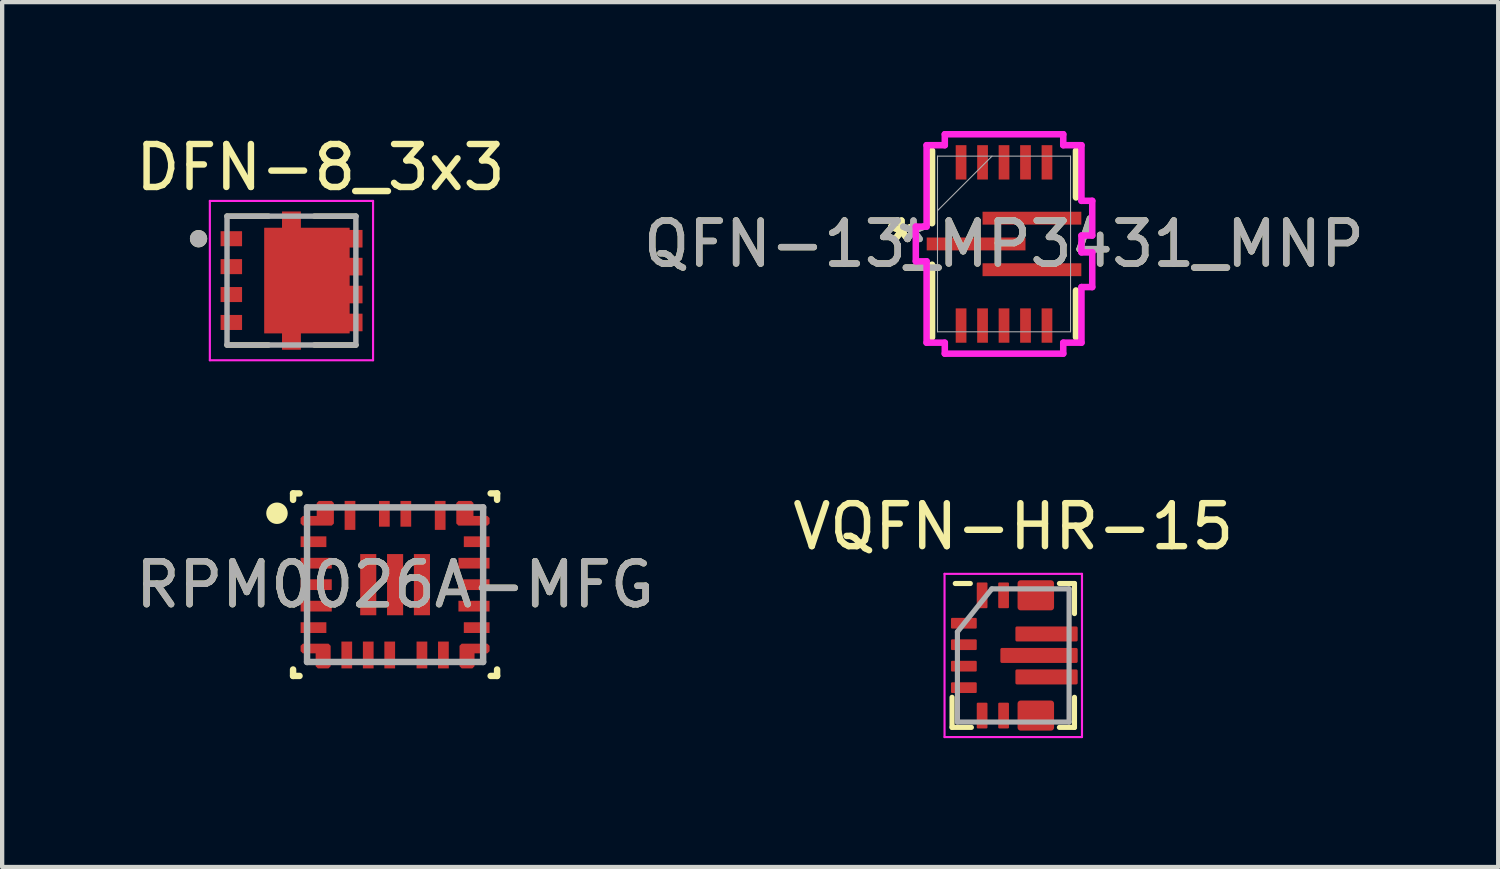
<source format=kicad_pcb>
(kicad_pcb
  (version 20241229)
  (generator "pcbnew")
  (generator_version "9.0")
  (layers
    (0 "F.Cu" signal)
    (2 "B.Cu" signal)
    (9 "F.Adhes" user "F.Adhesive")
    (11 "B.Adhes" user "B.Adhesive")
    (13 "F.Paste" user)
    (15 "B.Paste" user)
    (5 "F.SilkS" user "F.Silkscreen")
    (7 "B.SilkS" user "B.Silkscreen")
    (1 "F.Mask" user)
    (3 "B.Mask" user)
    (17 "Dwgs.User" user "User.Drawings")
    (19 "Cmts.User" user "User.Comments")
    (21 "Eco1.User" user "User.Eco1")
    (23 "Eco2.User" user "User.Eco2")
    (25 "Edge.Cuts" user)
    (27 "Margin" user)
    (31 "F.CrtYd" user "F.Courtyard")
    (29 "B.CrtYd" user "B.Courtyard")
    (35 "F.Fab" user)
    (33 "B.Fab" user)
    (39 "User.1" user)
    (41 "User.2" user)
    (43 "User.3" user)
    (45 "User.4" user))
  (footprint "QFN-13_MP3431_MNP"
    (layer "F.Cu")
    (at 20.327 2.63)
    (property "Reference" "QFN-13_MP3431_MNP" (at 0 0 0) (unlocked yes) (layer "F.SilkS") (effects (font (size 1 1) (thickness 0.15))))
    (attr smd)
    (fp_line (start -1.676 -0.483) (end -1.676 -2.172) (stroke (width 0.152) (type solid)) (layer "F.SilkS"))
    (fp_line (start -1.676 2.172) (end -1.676 0.483) (stroke (width 0.152) (type solid)) (layer "F.SilkS"))
    (fp_line (start 1.676 -2.172) (end 1.676 -1.083) (stroke (width 0.152) (type solid)) (layer "F.SilkS"))
    (fp_line (start 1.676 1.083) (end 1.676 2.172) (stroke (width 0.152) (type solid)) (layer "F.SilkS"))
    (fp_line (start -2.054 -0.404) (end -2.054 0.404) (stroke (width 0.152) (type solid)) (layer "F.CrtYd"))
    (fp_line (start -2.054 0.404) (end -1.803 0.404) (stroke (width 0.152) (type solid)) (layer "F.CrtYd"))
    (fp_line (start -1.803 -2.299) (end -1.803 -0.404) (stroke (width 0.152) (type solid)) (layer "F.CrtYd"))
    (fp_line (start -1.803 -0.404) (end -2.054 -0.404) (stroke (width 0.152) (type solid)) (layer "F.CrtYd"))
    (fp_line (start -1.803 0.404) (end -1.803 2.299) (stroke (width 0.152) (type solid)) (layer "F.CrtYd"))
    (fp_line (start -1.803 2.299) (end -1.379 2.299) (stroke (width 0.152) (type solid)) (layer "F.CrtYd"))
    (fp_line (start -1.379 -2.554) (end -1.379 -2.299) (stroke (width 0.152) (type solid)) (layer "F.CrtYd"))
    (fp_line (start -1.379 -2.299) (end -1.803 -2.299) (stroke (width 0.152) (type solid)) (layer "F.CrtYd"))
    (fp_line (start -1.379 2.299) (end -1.379 2.554) (stroke (width 0.152) (type solid)) (layer "F.CrtYd"))
    (fp_line (start -1.379 2.554) (end 1.379 2.554) (stroke (width 0.152) (type solid)) (layer "F.CrtYd"))
    (fp_line (start 1.379 -2.554) (end -1.379 -2.554) (stroke (width 0.152) (type solid)) (layer "F.CrtYd"))
    (fp_line (start 1.379 -2.299) (end 1.379 -2.554) (stroke (width 0.152) (type solid)) (layer "F.CrtYd"))
    (fp_line (start 1.379 2.299) (end 1.803 2.299) (stroke (width 0.152) (type solid)) (layer "F.CrtYd"))
    (fp_line (start 1.379 2.554) (end 1.379 2.299) (stroke (width 0.152) (type solid)) (layer "F.CrtYd"))
    (fp_line (start 1.803 -2.299) (end 1.379 -2.299) (stroke (width 0.152) (type solid)) (layer "F.CrtYd"))
    (fp_line (start 1.803 -1.004) (end 1.803 -2.299) (stroke (width 0.152) (type solid)) (layer "F.CrtYd"))
    (fp_line (start 1.803 -0.196) (end 2.054 -0.196) (stroke (width 0.152) (type solid)) (layer "F.CrtYd"))
    (fp_line (start 1.803 0.196) (end 1.803 -0.196) (stroke (width 0.152) (type solid)) (layer "F.CrtYd"))
    (fp_line (start 1.803 1.004) (end 2.054 1.004) (stroke (width 0.152) (type solid)) (layer "F.CrtYd"))
    (fp_line (start 1.803 2.299) (end 1.803 1.004) (stroke (width 0.152) (type solid)) (layer "F.CrtYd"))
    (fp_line (start 2.054 -1.004) (end 1.803 -1.004) (stroke (width 0.152) (type solid)) (layer "F.CrtYd"))
    (fp_line (start 2.054 -0.196) (end 2.054 -1.004) (stroke (width 0.152) (type solid)) (layer "F.CrtYd"))
    (fp_line (start 2.054 0.196) (end 1.803 0.196) (stroke (width 0.152) (type solid)) (layer "F.CrtYd"))
    (fp_line (start 2.054 1.004) (end 2.054 0.196) (stroke (width 0.152) (type solid)) (layer "F.CrtYd"))
    (fp_line (start -1.549 -2.045) (end -1.549 2.045) (stroke (width 0.025) (type solid)) (layer "F.Fab"))
    (fp_line (start -1.549 -0.775) (end -0.279 -2.045) (stroke (width 0.025) (type solid)) (layer "F.Fab"))
    (fp_line (start -1.549 2.045) (end 1.549 2.045) (stroke (width 0.025) (type solid)) (layer "F.Fab"))
    (fp_line (start 1.549 -2.045) (end -1.549 -2.045) (stroke (width 0.025) (type solid)) (layer "F.Fab"))
    (fp_line (start 1.549 2.045) (end 1.549 -2.045) (stroke (width 0.025) (type solid)) (layer "F.Fab"))
    (fp_text user "*" (at -2.388 0 0) (layer "F.SilkS") (effects (font (size 1 1) (thickness 0.15))))
    (fp_text user "*" (at -2.388 0 0) (unlocked yes) (layer "F.SilkS") (effects (font (size 1 1) (thickness 0.15))))
    (fp_text user "${REFERENCE}" (at 0 0 0) (unlocked yes) (layer "F.Fab") (effects (font (size 1 1) (thickness 0.15))))
    (fp_text user "*" (at -2.108 0 0) (layer "F.Fab") (effects (font (size 1 1) (thickness 0.15))))
    (fp_text user "*" (at -2.108 0 0) (unlocked yes) (layer "F.Fab") (effects (font (size 1 1) (thickness 0.15))))
    (pad "1" smd rect (at -0.65 0) (size 2.3 0.3) (layers "F.Cu" "F.Mask" "F.Paste"))
    (pad "2" smd rect (at -1 1.9 90) (size 0.8 0.25) (layers "F.Cu" "F.Mask" "F.Paste"))
    (pad "3" smd rect (at -0.5 1.9 90) (size 0.8 0.25) (layers "F.Cu" "F.Mask" "F.Paste"))
    (pad "4" smd rect (at 0 1.9 90) (size 0.8 0.25) (layers "F.Cu" "F.Mask" "F.Paste"))
    (pad "5" smd rect (at 0.5 1.9 90) (size 0.8 0.25) (layers "F.Cu" "F.Mask" "F.Paste"))
    (pad "6" smd rect (at 1 1.9 90) (size 0.8 0.25) (layers "F.Cu" "F.Mask" "F.Paste"))
    (pad "7" smd rect (at 0.65 0.6) (size 2.3 0.3) (layers "F.Cu" "F.Mask" "F.Paste"))
    (pad "8" smd rect (at 0.65 -0.6) (size 2.3 0.3) (layers "F.Cu" "F.Mask" "F.Paste"))
    (pad "9" smd rect (at 1 -1.9 90) (size 0.8 0.25) (layers "F.Cu" "F.Mask" "F.Paste"))
    (pad "10" smd rect (at 0.5 -1.9 90) (size 0.8 0.25) (layers "F.Cu" "F.Mask" "F.Paste"))
    (pad "11" smd rect (at 0 -1.9 90) (size 0.8 0.25) (layers "F.Cu" "F.Mask" "F.Paste"))
    (pad "12" smd rect (at -0.5 -1.9 90) (size 0.8 0.25) (layers "F.Cu" "F.Mask" "F.Paste"))
    (pad "13" smd rect (at -1 -1.9 90) (size 0.8 0.25) (layers "F.Cu" "F.Mask" "F.Paste")))
  (footprint "DFN-8_3x3"
    (layer "F.Cu")
    (at 3.736 3.483)
    (property "Reference" "DFN-8_3x3" (at 0.675 -2.635 0) (layer "F.SilkS") (effects (font (size 1 1) (thickness 0.15))))
    (attr smd)
    (fp_poly (pts (xy -0.725 -1.325) (xy -0.325 -1.325) (xy -0.325 -1.7) (xy 0.3 -1.7) (xy 0.3 -1.325) (xy 1.45 -1.325) (xy 1.45 -1.275) (xy 1.75 -1.275) (xy 1.75 -0.675) (xy 1.45 -0.675) (xy 1.45 -0.625) (xy 1.75 -0.625) (xy 1.75 -0.025) (xy 1.45 -0.025) (xy 1.45 0.025) (xy 1.75 0.025) (xy 1.75 0.625) (xy 1.45 0.625) (xy 1.45 0.675) (xy 1.75 0.675) (xy 1.75 1.25) (xy 1.45 1.25) (xy 1.45 1.325) (xy 0.325 1.325) (xy 0.325 1.7) (xy -0.325 1.7) (xy -0.325 1.325) (xy -0.725 1.325)) (stroke (width 0.01) (type solid)) (fill yes) (layer "F.Mask"))
    (fp_line (start -0.535 -1.5) (end -1.5 -1.5) (stroke (width 0.127) (type solid)) (layer "F.SilkS"))
    (fp_line (start -0.535 1.5) (end -1.5 1.5) (stroke (width 0.127) (type solid)) (layer "F.SilkS"))
    (fp_line (start 0.535 -1.5) (end 1.5 -1.5) (stroke (width 0.127) (type solid)) (layer "F.SilkS"))
    (fp_line (start 0.535 1.5) (end 1.5 1.5) (stroke (width 0.127) (type solid)) (layer "F.SilkS"))
    (fp_circle (center -2.163 -0.975) (end -2.062 -0.975) (stroke (width 0.2) (type solid)) (fill no) (layer "F.SilkS"))
    (fp_poly (pts (xy -0.265 -0.775) (xy 0.985 -0.775) (xy 0.985 0.775) (xy -0.265 0.775)) (stroke (width 0.01) (type solid)) (fill yes) (layer "F.Paste"))
    (fp_poly (pts (xy -0.215 -1.605) (xy 0.215 -1.605) (xy 0.215 -1.23) (xy -0.215 -1.23)) (stroke (width 0.01) (type solid)) (fill yes) (layer "F.Paste"))
    (fp_poly (pts (xy -0.215 1.23) (xy 0.215 1.23) (xy 0.215 1.605) (xy -0.215 1.605)) (stroke (width 0.01) (type solid)) (fill yes) (layer "F.Paste"))
    (fp_poly (pts (xy 1.355 -1.175) (xy 1.65 -1.175) (xy 1.65 -0.775) (xy 1.355 -0.775)) (stroke (width 0.01) (type solid)) (fill yes) (layer "F.Paste"))
    (fp_poly (pts (xy 1.355 -0.525) (xy 1.65 -0.525) (xy 1.65 -0.125) (xy 1.355 -0.125)) (stroke (width 0.01) (type solid)) (fill yes) (layer "F.Paste"))
    (fp_poly (pts (xy 1.355 0.125) (xy 1.65 0.125) (xy 1.65 0.525) (xy 1.355 0.525)) (stroke (width 0.01) (type solid)) (fill yes) (layer "F.Paste"))
    (fp_poly (pts (xy 1.355 0.775) (xy 1.65 0.775) (xy 1.65 1.175) (xy 1.355 1.175)) (stroke (width 0.01) (type solid)) (fill yes) (layer "F.Paste"))
    (fp_line (start -1.9 -1.855) (end 1.9 -1.855) (stroke (width 0.05) (type solid)) (layer "F.CrtYd"))
    (fp_line (start -1.9 1.855) (end -1.9 -1.855) (stroke (width 0.05) (type solid)) (layer "F.CrtYd"))
    (fp_line (start 1.9 -1.855) (end 1.9 1.855) (stroke (width 0.05) (type solid)) (layer "F.CrtYd"))
    (fp_line (start 1.9 1.855) (end -1.9 1.855) (stroke (width 0.05) (type solid)) (layer "F.CrtYd"))
    (fp_line (start -1.5 -1.5) (end 1.5 -1.5) (stroke (width 0.127) (type solid)) (layer "F.Fab"))
    (fp_line (start -1.5 1.5) (end -1.5 -1.5) (stroke (width 0.127) (type solid)) (layer "F.Fab"))
    (fp_line (start 1.5 -1.5) (end 1.5 1.5) (stroke (width 0.127) (type solid)) (layer "F.Fab"))
    (fp_line (start 1.5 1.5) (end -1.5 1.5) (stroke (width 0.127) (type solid)) (layer "F.Fab"))
    (fp_circle (center -2.163 -0.975) (end -2.062 -0.975) (stroke (width 0.2) (type solid)) (fill no) (layer "F.Fab"))
    (pad "1" smd rect (at -1.4 -0.975) (size 0.5 0.35) (layers "F.Cu" "F.Mask" "F.Paste"))
    (pad "1" smd rect (at -1.4 -0.325) (size 0.5 0.35) (layers "F.Cu" "F.Mask" "F.Paste"))
    (pad "1" smd rect (at -1.4 0.325) (size 0.5 0.35) (layers "F.Cu" "F.Mask" "F.Paste"))
    (pad "2" smd custom (at 0.36 0) (size 1 1) (layers "F.Cu") (options (anchor rect)) (primitives (gr_poly (pts (xy -0.99 -1.225) (xy -0.575 -1.225) (xy -0.575 -1.605) (xy -0.145 -1.605) (xy -0.145 -1.225) (xy 0.99 -1.225) (xy 0.99 -1.175) (xy 1.29 -1.175) (xy 1.29 -0.775) (xy 0.99 -0.775) (xy 0.99 -0.525) (xy 1.29 -0.525) (xy 1.29 -0.125) (xy 0.99 -0.125) (xy 0.99 0.125) (xy 1.29 0.125) (xy 1.29 0.525) (xy 0.99 0.525) (xy 0.99 0.775) (xy 1.29 0.775) (xy 1.29 1.175) (xy 0.99 1.175) (xy 0.99 1.225) (xy -0.145 1.225) (xy -0.145 1.605) (xy -0.575 1.605) (xy -0.575 1.225) (xy -0.99 1.225)) (width 0.01) (fill yes))))
    (pad "3" smd rect (at -1.4 0.975) (size 0.5 0.35) (layers "F.Cu" "F.Mask" "F.Paste")))
  (footprint "RPM0026A-MFG"
    (layer "F.Cu")
    (at 6.149 10.563)
    (property "Reference" "RPM0026A-MFG" (at 0 0 0) (unlocked yes) (layer "F.SilkS") (effects (font (size 1 1) (thickness 0.15))))
    (attr smd)
    (fp_poly (pts (xy 2.2 1.549) (xy 2.15 1.599) (xy 1.85 1.599) (xy 1.85 1.899) (xy 1.8 1.949) (xy 1.55 1.949) (xy 1.5 1.899) (xy 1.5 1.424) (xy 1.55 1.374) (xy 2.15 1.374) (xy 2.2 1.424)) (stroke (width 0) (type solid)) (fill yes) (layer "F.Mask"))
    (fp_poly (pts (xy 2.2 -1.425) (xy 2.2 -1.425) (xy 2.15 -1.375) (xy 1.475 -1.375) (xy 1.425 -1.425) (xy 1.425 -1.9) (xy 1.475 -1.95) (xy 1.775 -1.95) (xy 1.825 -1.9) (xy 1.825 -1.6) (xy 2.15 -1.6) (xy 2.2 -1.55)) (stroke (width 0) (type solid)) (fill yes) (layer "F.Mask"))
    (fp_line (start -2.375 -2.125) (end -2.225 -2.125) (stroke (width 0.15) (type solid)) (layer "F.SilkS"))
    (fp_line (start -2.375 -1.975) (end -2.375 -2.125) (stroke (width 0.15) (type solid)) (layer "F.SilkS"))
    (fp_line (start -2.375 2.125) (end -2.375 1.975) (stroke (width 0.15) (type solid)) (layer "F.SilkS"))
    (fp_line (start -2.375 2.125) (end -2.225 2.125) (stroke (width 0.15) (type solid)) (layer "F.SilkS"))
    (fp_line (start 2.225 -2.125) (end 2.375 -2.125) (stroke (width 0.15) (type solid)) (layer "F.SilkS"))
    (fp_line (start 2.225 2.125) (end 2.375 2.125) (stroke (width 0.15) (type solid)) (layer "F.SilkS"))
    (fp_line (start 2.375 -1.975) (end 2.375 -2.125) (stroke (width 0.15) (type solid)) (layer "F.SilkS"))
    (fp_line (start 2.375 2.125) (end 2.375 1.975) (stroke (width 0.15) (type solid)) (layer "F.SilkS"))
    (fp_circle (center -2.75 -1.663) (end -2.625 -1.663) (stroke (width 0.25) (type solid)) (fill no) (layer "F.SilkS"))
    (fp_poly (pts (xy 2.2 1.549) (xy 2.15 1.599) (xy 1.85 1.599) (xy 1.85 1.899) (xy 1.8 1.949) (xy 1.55 1.949) (xy 1.5 1.899) (xy 1.5 1.424) (xy 1.55 1.374) (xy 2.15 1.374) (xy 2.2 1.424)) (stroke (width 0) (type solid)) (fill yes) (layer "F.Paste"))
    (fp_poly (pts (xy 2.2 -1.425) (xy 2.2 -1.425) (xy 2.15 -1.375) (xy 1.475 -1.375) (xy 1.425 -1.425) (xy 1.425 -1.9) (xy 1.475 -1.95) (xy 1.775 -1.95) (xy 1.825 -1.9) (xy 1.825 -1.6) (xy 2.15 -1.6) (xy 2.2 -1.55)) (stroke (width 0) (type solid)) (fill yes) (layer "F.Paste"))
    (fp_line (start -2.05 -1.8) (end 2.05 -1.8) (stroke (width 0.15) (type solid)) (layer "F.Fab"))
    (fp_line (start -2.05 1.8) (end -2.05 -1.8) (stroke (width 0.15) (type solid)) (layer "F.Fab"))
    (fp_line (start -2.05 1.8) (end 2.05 1.8) (stroke (width 0.15) (type solid)) (layer "F.Fab"))
    (fp_line (start 2.05 1.8) (end 2.05 -1.8) (stroke (width 0.15) (type solid)) (layer "F.Fab"))
    (fp_text user "${REFERENCE}" (at 0 0 0) (unlocked yes) (layer "F.Fab") (effects (font (size 1 1) (thickness 0.15))))
    (pad "1" smd custom (at -1.661 -1.555) (size 0.306 0.306) (layers "F.Cu" "F.Mask" "F.Paste") (options (anchor circle)) (primitives (gr_poly (pts (xy -0.539 0.13) (xy -0.539 0.005) (xy -0.489 -0.045) (xy -0.164 -0.045) (xy -0.164 -0.345) (xy -0.114 -0.395) (xy 0.186 -0.395) (xy 0.236 -0.345) (xy 0.236 0.13) (xy 0.186 0.18) (xy -0.489 0.18)) (width 0) (fill yes))))
    (pad "2" smd rect (at -1.9 -1 90) (size 0.25 0.6) (layers "F.Cu" "F.Mask" "F.Paste"))
    (pad "3" smd rect (at -1.837 -0.5) (size 0.725 0.25) (layers "F.Cu" "F.Mask" "F.Paste"))
    (pad "4" smd rect (at -1.837 0) (size 0.725 0.25) (layers "F.Cu" "F.Mask" "F.Paste"))
    (pad "5" smd rect (at -1.837 0.5) (size 0.725 0.25) (layers "F.Cu" "F.Mask" "F.Paste"))
    (pad "6" smd rect (at -1.9 1 90) (size 0.25 0.6) (layers "F.Cu" "F.Mask" "F.Paste"))
    (pad "7" smd custom (at -1.661 1.554) (size 0.29 0.29) (layers "F.Cu" "F.Mask" "F.Paste") (options (anchor circle)) (primitives (gr_poly (pts (xy -0.539 -0.005) (xy -0.539 -0.13) (xy -0.489 -0.18) (xy 0.111 -0.18) (xy 0.161 -0.13) (xy 0.161 0.345) (xy 0.111 0.395) (xy -0.139 0.395) (xy -0.189 0.345) (xy -0.189 0.045) (xy -0.489 0.045)) (width 0) (fill yes))))
    (pad "8" smd rect (at -1.125 1.637) (size 0.25 0.625) (layers "F.Cu" "F.Mask" "F.Paste"))
    (pad "9" smd rect (at -0.625 1.637) (size 0.25 0.625) (layers "F.Cu" "F.Mask" "F.Paste"))
    (pad "10" smd rect (at -0.125 1.637) (size 0.25 0.625) (layers "F.Cu" "F.Mask" "F.Paste"))
    (pad "11" smd rect (at 0.625 1.637) (size 0.25 0.625) (layers "F.Cu" "F.Mask" "F.Paste"))
    (pad "12" smd rect (at 1.125 1.637) (size 0.25 0.625) (layers "F.Cu" "F.Mask" "F.Paste"))
    (pad "13" smd custom (at 1.644 1.805) (size 0.259 0.259) (layers "F.Cu" "F.Mask" "F.Paste") (options (anchor circle)) (primitives (gr_poly (pts (xy 0.556 -0.256) (xy 0.556 -0.381) (xy 0.506 -0.431) (xy -0.094 -0.431) (xy -0.144 -0.381) (xy -0.144 0.094) (xy -0.094 0.144) (xy 0.156 0.144) (xy 0.206 0.094) (xy 0.206 -0.206) (xy 0.506 -0.206)) (width 0) (fill yes))))
    (pad "14" smd rect (at 1.9 1 90) (size 0.25 0.6) (layers "F.Cu" "F.Mask" "F.Paste"))
    (pad "15" smd rect (at 1.837 0.5) (size 0.725 0.25) (layers "F.Cu" "F.Mask" "F.Paste"))
    (pad "16" smd rect (at 1.837 0) (size 0.725 0.25) (layers "F.Cu" "F.Mask" "F.Paste"))
    (pad "17" smd rect (at 1.837 -0.5) (size 0.725 0.25) (layers "F.Cu" "F.Mask" "F.Paste"))
    (pad "18" smd rect (at 1.9 -1 90) (size 0.25 0.6) (layers "F.Cu" "F.Mask" "F.Paste"))
    (pad "19" smd custom (at 1.641 -1.591) (size 0.332 0.332) (layers "F.Cu" "F.Mask" "F.Paste") (options (anchor circle)) (primitives (gr_poly (pts (xy 0.559 0.166) (xy 0.559 0.041) (xy 0.509 -0.009) (xy 0.184 -0.009) (xy 0.184 -0.309) (xy 0.134 -0.359) (xy -0.166 -0.359) (xy -0.216 -0.309) (xy -0.216 0.166) (xy -0.166 0.216) (xy 0.509 0.216) (xy 0.559 0.166)) (width 0) (fill yes))))
    (pad "20" smd rect (at 1.05 -1.613) (size 0.25 0.675) (layers "F.Cu" "F.Mask" "F.Paste"))
    (pad "21" smd rect (at 0.25 -1.65) (size 0.25 0.6) (layers "F.Cu" "F.Mask" "F.Paste"))
    (pad "22" smd rect (at -0.25 -1.65) (size 0.25 0.6) (layers "F.Cu" "F.Mask" "F.Paste"))
    (pad "23" smd rect (at -1.05 -1.613) (size 0.25 0.675) (layers "F.Cu" "F.Mask" "F.Paste"))
    (pad "24" smd rect (at -0.625 0) (size 0.375 1.425) (layers "F.Cu" "F.Mask" "F.Paste"))
    (pad "25" smd rect (at 0 0) (size 0.375 1.425) (layers "F.Cu" "F.Mask" "F.Paste"))
    (pad "26" smd rect (at 0.625 0) (size 0.375 1.425) (layers "F.Cu" "F.Mask" "F.Paste")))
  (footprint "VQFN-HR-15"
    (layer "F.Cu")
    (at 20.542 12.211)
    (property "Reference" "VQFN-HR-15" (at 0 -3 0) (layer "F.SilkS") (effects (font (size 1 1) (thickness 0.15))))
    (attr smd)
    (fp_poly (pts (xy 0.15 -1.7) (xy 0.15 -1.1) (xy 0.4 -1.1) (xy 0.9 -1.1) (xy 0.9 -1.7) (xy 0.65 -1.7) (xy 0.65 -1.35) (xy 0.4 -1.35) (xy 0.4 -1.7)) (stroke (width 0) (type solid)) (fill yes) (layer "F.Mask"))
    (fp_poly (pts (xy 0.9 1.7) (xy 0.9 1.1) (xy 0.65 1.1) (xy 0.15 1.1) (xy 0.15 1.7) (xy 0.4 1.7) (xy 0.4 1.35) (xy 0.65 1.35) (xy 0.65 1.7)) (stroke (width 0) (type solid)) (fill yes) (layer "F.Mask"))
    (fp_line (start -1.425 0.975) (end -1.425 1.675) (stroke (width 0.12) (type solid)) (layer "F.SilkS"))
    (fp_line (start -1.425 1.675) (end -0.975 1.675) (stroke (width 0.12) (type solid)) (layer "F.SilkS"))
    (fp_line (start -1.35 -1.675) (end -1 -1.675) (stroke (width 0.12) (type solid)) (layer "F.SilkS"))
    (fp_line (start 1.075 -1.675) (end 1.425 -1.675) (stroke (width 0.12) (type solid)) (layer "F.SilkS"))
    (fp_line (start 1.075 1.675) (end 1.425 1.675) (stroke (width 0.12) (type solid)) (layer "F.SilkS"))
    (fp_line (start 1.425 -1.675) (end 1.425 -0.975) (stroke (width 0.12) (type solid)) (layer "F.SilkS"))
    (fp_line (start 1.425 1.675) (end 1.425 0.975) (stroke (width 0.12) (type solid)) (layer "F.SilkS"))
    (fp_poly (pts (xy 0.15 -1.7) (xy 0.15 -1.1) (xy 0.4 -1.1) (xy 0.9 -1.1) (xy 0.9 -1.7) (xy 0.65 -1.7) (xy 0.65 -1.35) (xy 0.4 -1.35) (xy 0.4 -1.7)) (stroke (width 0) (type solid)) (fill yes) (layer "F.Paste"))
    (fp_poly (pts (xy 0.9 1.7) (xy 0.9 1.1) (xy 0.65 1.1) (xy 0.15 1.1) (xy 0.15 1.7) (xy 0.4 1.7) (xy 0.4 1.35) (xy 0.65 1.35) (xy 0.65 1.7)) (stroke (width 0) (type solid)) (fill yes) (layer "F.Paste"))
    (fp_line (start -1.6 -1.9) (end 1.6 -1.9) (stroke (width 0.05) (type solid)) (layer "F.CrtYd"))
    (fp_line (start -1.6 1.9) (end -1.6 -1.9) (stroke (width 0.05) (type solid)) (layer "F.CrtYd"))
    (fp_line (start 1.6 -1.9) (end 1.6 1.9) (stroke (width 0.05) (type solid)) (layer "F.CrtYd"))
    (fp_line (start 1.6 1.9) (end -1.6 1.9) (stroke (width 0.05) (type solid)) (layer "F.CrtYd"))
    (fp_line (start -1.3 -0.55) (end -0.5 -1.55) (stroke (width 0.12) (type solid)) (layer "F.Fab"))
    (fp_line (start -1.3 1.55) (end -1.3 -0.55) (stroke (width 0.12) (type solid)) (layer "F.Fab"))
    (fp_line (start -0.5 -1.55) (end 1.3 -1.55) (stroke (width 0.12) (type solid)) (layer "F.Fab"))
    (fp_line (start 1.3 -1.55) (end 1.3 1.55) (stroke (width 0.12) (type solid)) (layer "F.Fab"))
    (fp_line (start 1.3 1.55) (end -1.3 1.55) (stroke (width 0.12) (type solid)) (layer "F.Fab"))
    (pad "" smd roundrect (at 0.14 0 90) (size 0.25 0.72) (layers "F.Paste") (roundrect_rratio 0.1))
    (pad "" smd roundrect (at 0.388 -0.5 90) (size 0.25 0.575) (layers "F.Paste") (roundrect_rratio 0.1))
    (pad "" smd roundrect (at 0.388 0.5 90) (size 0.25 0.575) (layers "F.Paste") (roundrect_rratio 0.1))
    (pad "" smd roundrect (at 0.6 0) (size 1.7 0.25) (layers "F.Mask") (roundrect_rratio 0.1))
    (pad "" smd roundrect (at 0.775 -0.5) (size 1.35 0.25) (layers "F.Mask") (roundrect_rratio 0.1))
    (pad "" smd roundrect (at 0.775 0.5) (size 1.35 0.25) (layers "F.Mask") (roundrect_rratio 0.1))
    (pad "" smd roundrect (at 1.06 0 90) (size 0.25 0.72) (layers "F.Paste") (roundrect_rratio 0.1))
    (pad "" smd roundrect (at 1.163 -0.5 90) (size 0.25 0.575) (layers "F.Paste") (roundrect_rratio 0.1))
    (pad "" smd roundrect (at 1.163 0.5 90) (size 0.25 0.575) (layers "F.Paste") (roundrect_rratio 0.1))
    (pad "1" smd roundrect (at -1.15 -0.75 270) (size 0.25 0.6) (layers "F.Cu" "F.Mask" "F.Paste") (roundrect_rratio 0.1))
    (pad "2" smd roundrect (at -1.15 -0.25 270) (size 0.25 0.6) (layers "F.Cu" "F.Mask" "F.Paste") (roundrect_rratio 0.1))
    (pad "3" smd roundrect (at -1.15 0.25 90) (size 0.25 0.6) (layers "F.Cu" "F.Mask" "F.Paste") (roundrect_rratio 0.1))
    (pad "4" smd roundrect (at -1.15 0.75 90) (size 0.25 0.6) (layers "F.Cu" "F.Mask" "F.Paste") (roundrect_rratio 0.1))
    (pad "5" smd roundrect (at -0.725 1.4) (size 0.25 0.6) (layers "F.Cu" "F.Mask" "F.Paste") (roundrect_rratio 0.1))
    (pad "6" smd roundrect (at -0.225 1.4) (size 0.25 0.6) (layers "F.Cu" "F.Mask" "F.Paste") (roundrect_rratio 0.1))
    (pad "7" smd roundrect (at 0.525 1.4 180) (size 0.85 0.7) (layers "F.Cu") (roundrect_rratio 0.1))
    (pad "9" smd roundrect (at 0.775 0.5) (size 1.45 0.35) (layers "F.Cu") (roundrect_rratio 0.1))
    (pad "10" smd roundrect (at 0.6 0) (size 1.8 0.35) (layers "F.Cu") (roundrect_rratio 0.1))
    (pad "11" smd roundrect (at 0.775 -0.5) (size 1.45 0.35) (layers "F.Cu") (roundrect_rratio 0.1))
    (pad "12" smd roundrect (at 0.525 -1.4) (size 0.85 0.7) (layers "F.Cu") (roundrect_rratio 0.1))
    (pad "14" smd roundrect (at -0.225 -1.4 180) (size 0.25 0.6) (layers "F.Cu" "F.Mask" "F.Paste") (roundrect_rratio 0.1))
    (pad "15" smd roundrect (at -0.725 -1.4 180) (size 0.25 0.6) (layers "F.Cu" "F.Mask" "F.Paste") (roundrect_rratio 0.1)))
  (gr_rect
    (start -3 -3)
    (end 31.833 17.137)
    (stroke (width 0.1) (type default))
    (fill no)
    (layer "Edge.Cuts")))
</source>
